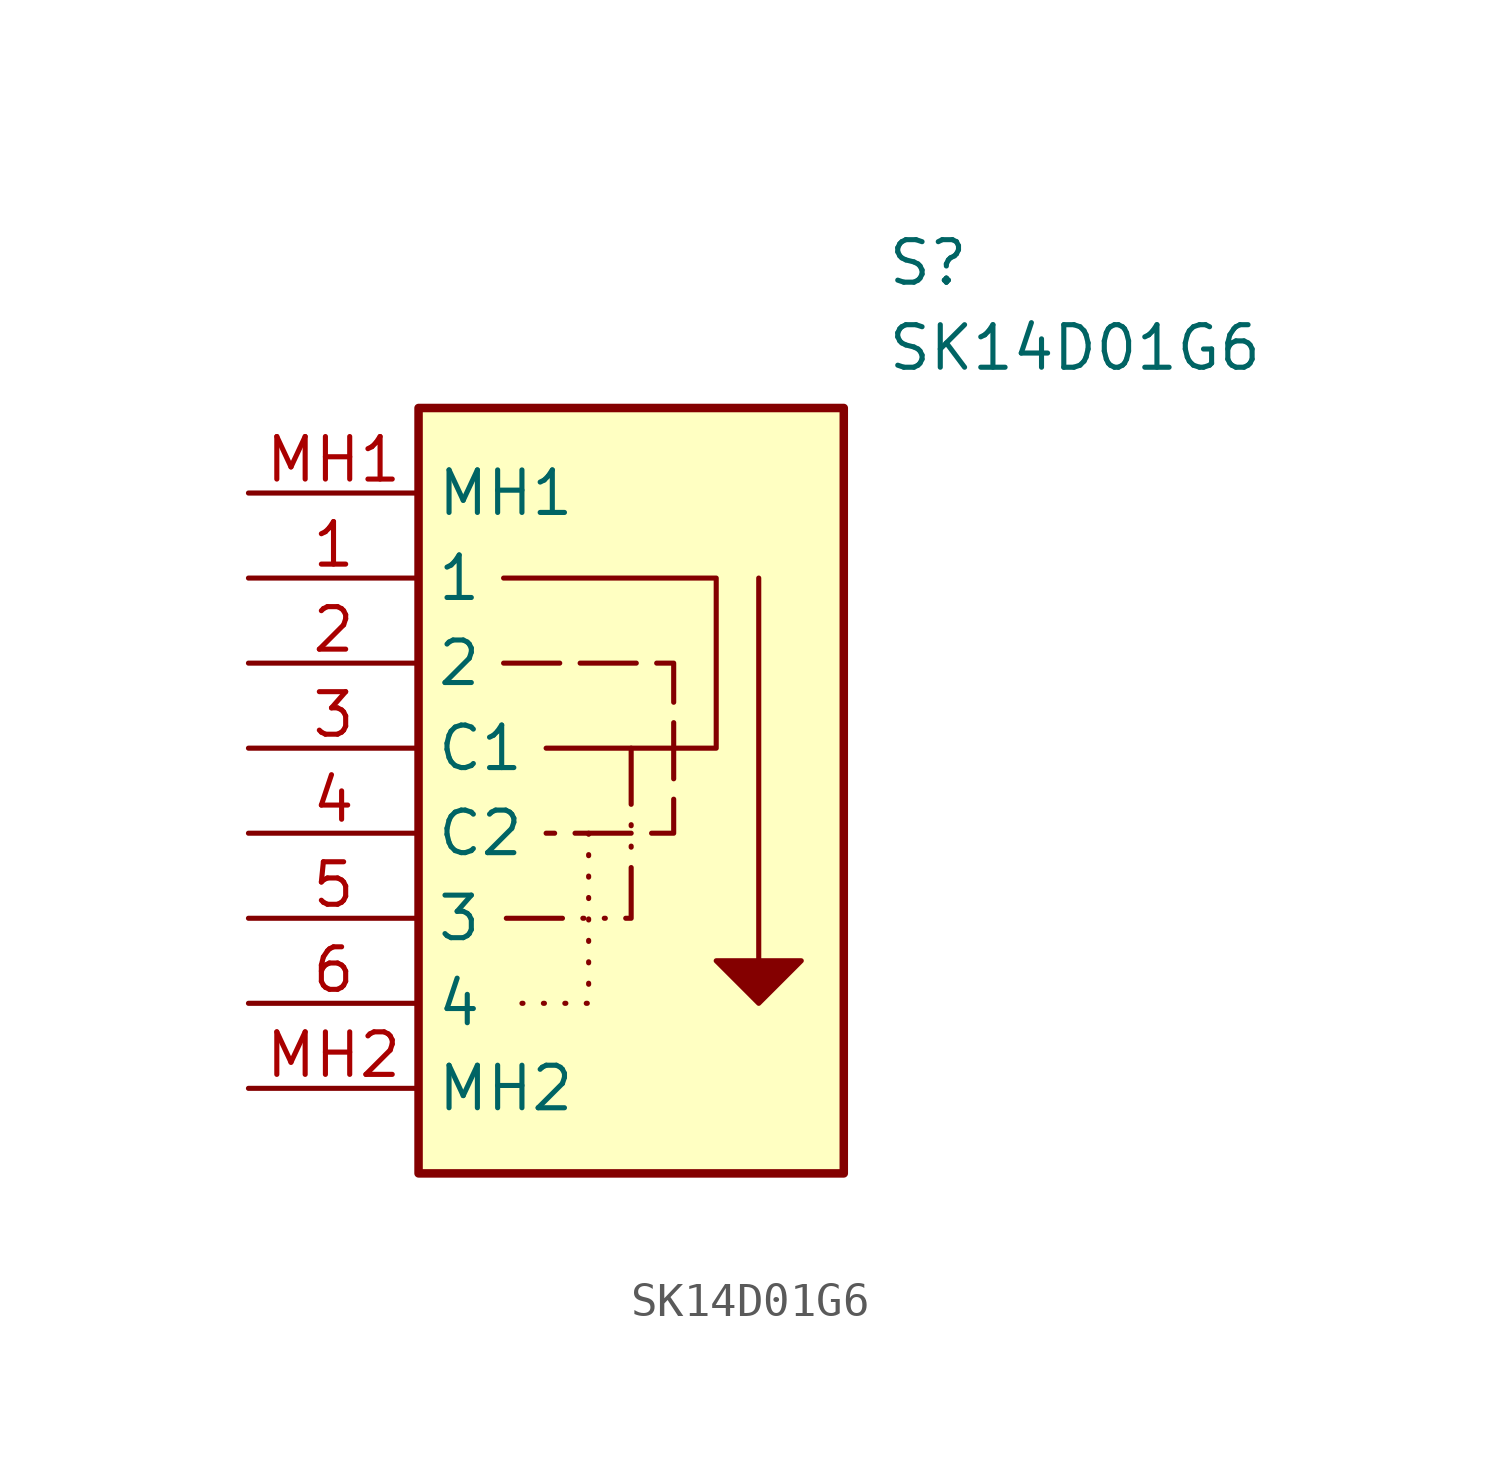
<source format=kicad_sym>
(kicad_symbol_lib
  (version 20231120)
  (generator "kicad_symbol_editor")
  (generator_version "8.0")
  (symbol "SK14D01G6"
    (property "Reference" "S"
      (at 19.05 7.62 0)
      (effects (font (size 1.27 1.27)) (justify left top)))
    (property "Value" "SK14D01G6"
      (at 19.05 5.08 0)
      (effects (font (size 1.27 1.27)) (justify left top)))
    (symbol "SK14D01G6_0_1"
      (polyline (pts (xy 7.62 -2.54) (xy 13.97 -2.54) (xy 13.97 -7.62) (xy 8.89 -7.62)) (stroke (width 0) (type default)) (fill (type none))))
    (symbol "SK14D01G6_1_1"
      (polyline (pts (xy 10.16 -10.16) (xy 10.16 -15.24) (xy 7.62 -15.24)) (stroke (width 0) (type dot)) (fill (type none)))
      (polyline (pts (xy 11.43 -7.62) (xy 11.43 -12.7) (xy 7.62 -12.7)) (stroke (width 0) (type dash_dot_dot)) (fill (type none)))
      (polyline (pts (xy 7.62 -5.08) (xy 12.7 -5.08) (xy 12.7 -10.16) (xy 8.89 -10.16)) (stroke (width 0) (type dash)) (fill (type none)))
      (polyline (pts (xy 15.24 -2.54) (xy 15.24 -15.24) (xy 13.97 -13.97) (xy 16.51 -13.97) (xy 15.24 -15.24)) (stroke (width 0) (type default)) (fill (type outline)))
      (rectangle (start 5.08 2.54) (end 17.78 -20.32) (stroke (width 0.254) (type default)) (fill (type background)))
      (pin passive line (at 0 -2.54 0) (length 5.08) (name "1" (effects (font (size 1.27 1.27)))) (number "1" (effects (font (size 1.27 1.27)))))
      (pin passive line (at 0 -5.08 0) (length 5.08) (name "2" (effects (font (size 1.27 1.27)))) (number "2" (effects (font (size 1.27 1.27)))))
      (pin passive line (at 0 -7.62 0) (length 5.08) (name "C1" (effects (font (size 1.27 1.27)))) (number "3" (effects (font (size 1.27 1.27)))))
      (pin passive line (at 0 -10.16 0) (length 5.08) (name "C2" (effects (font (size 1.27 1.27)))) (number "4" (effects (font (size 1.27 1.27)))))
      (pin passive line (at 0 -12.7 0) (length 5.08) (name "3" (effects (font (size 1.27 1.27)))) (number "5" (effects (font (size 1.27 1.27)))))
      (pin passive line (at 0 -15.24 0) (length 5.08) (name "4" (effects (font (size 1.27 1.27)))) (number "6" (effects (font (size 1.27 1.27)))))
      (pin passive line (at 0 0 0) (length 5.08) (name "MH1" (effects (font (size 1.27 1.27)))) (number "MH1" (effects (font (size 1.27 1.27)))))
      (pin passive line (at 0 -17.78 0) (length 5.08) (name "MH2" (effects (font (size 1.27 1.27)))) (number "MH2" (effects (font (size 1.27 1.27))))))))
</source>
